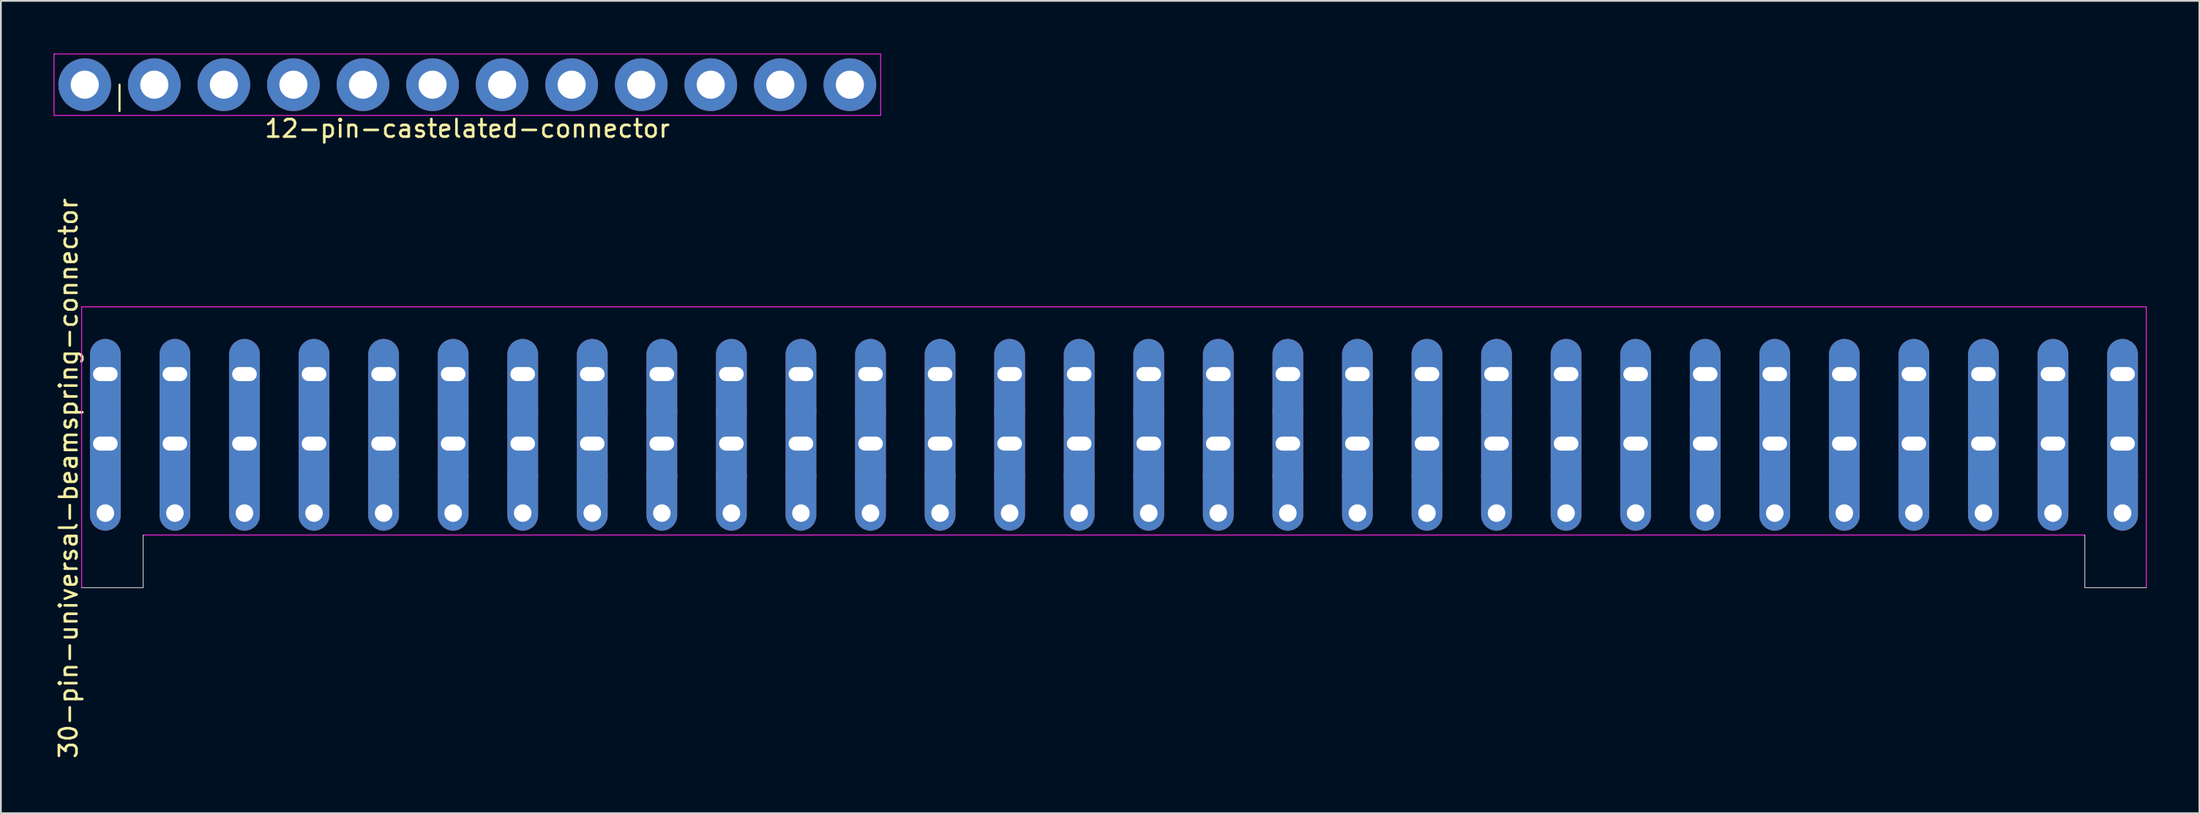
<source format=kicad_pcb>
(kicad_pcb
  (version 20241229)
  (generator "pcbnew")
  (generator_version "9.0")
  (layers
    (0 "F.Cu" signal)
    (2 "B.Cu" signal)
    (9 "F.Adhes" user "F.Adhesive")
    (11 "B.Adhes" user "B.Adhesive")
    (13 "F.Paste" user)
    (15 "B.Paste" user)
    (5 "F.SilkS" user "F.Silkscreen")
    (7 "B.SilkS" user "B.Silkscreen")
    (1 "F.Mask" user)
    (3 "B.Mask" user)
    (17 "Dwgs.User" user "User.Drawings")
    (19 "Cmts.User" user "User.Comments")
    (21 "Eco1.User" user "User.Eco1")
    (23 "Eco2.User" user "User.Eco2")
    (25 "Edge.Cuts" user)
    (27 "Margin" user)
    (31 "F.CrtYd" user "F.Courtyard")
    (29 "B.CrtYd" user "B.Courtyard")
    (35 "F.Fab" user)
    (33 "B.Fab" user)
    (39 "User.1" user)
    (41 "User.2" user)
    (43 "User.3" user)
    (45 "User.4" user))
  (footprint "12-pin-castelated-connector"
    (layer "F.Cu")
    (at 23.555 1.775)
    (property "Reference" "12-pin-castelated-connector" (at 0 2.5 0) (layer "F.SilkS") (effects (font (size 1 1) (thickness 0.15))))
    (attr through_hole)
    (fp_line (start -19.8 0) (end -19.8 1.5) (stroke (width 0.12) (type solid)) (layer "F.SilkS"))
    (fp_line (start -23.53 -1.75) (end 23.53 -1.75) (stroke (width 0.05) (type solid)) (layer "F.CrtYd"))
    (fp_line (start -23.53 1.75) (end -23.53 -1.75) (stroke (width 0.05) (type solid)) (layer "F.CrtYd"))
    (fp_line (start 23.53 -1.75) (end 23.53 1.75) (stroke (width 0.05) (type solid)) (layer "F.CrtYd"))
    (fp_line (start 23.53 1.75) (end -23.53 1.75) (stroke (width 0.05) (type solid)) (layer "F.CrtYd"))
    (pad "1" thru_hole circle (at -21.78 0) (size 3 3) (drill 1.6) (layers "*.Cu" "*.Mask"))
    (pad "2" thru_hole circle (at -17.82 0) (size 3 3) (drill 1.6) (layers "*.Cu" "*.Mask"))
    (pad "3" thru_hole circle (at -13.86 0) (size 3 3) (drill 1.6) (layers "*.Cu" "*.Mask"))
    (pad "4" thru_hole circle (at -9.9 0) (size 3 3) (drill 1.6) (layers "*.Cu" "*.Mask"))
    (pad "5" thru_hole circle (at -5.94 0) (size 3 3) (drill 1.6) (layers "*.Cu" "*.Mask"))
    (pad "6" thru_hole circle (at -1.98 0) (size 3 3) (drill 1.6) (layers "*.Cu" "*.Mask"))
    (pad "7" thru_hole circle (at 1.98 0) (size 3 3) (drill 1.6) (layers "*.Cu" "*.Mask"))
    (pad "8" thru_hole circle (at 5.94 0) (size 3 3) (drill 1.6) (layers "*.Cu" "*.Mask"))
    (pad "9" thru_hole circle (at 9.9 0) (size 3 3) (drill 1.6) (layers "*.Cu" "*.Mask"))
    (pad "10" thru_hole circle (at 13.86 0) (size 3 3) (drill 1.6) (layers "*.Cu" "*.Mask"))
    (pad "11" thru_hole circle (at 17.82 0) (size 3 3) (drill 1.6) (layers "*.Cu" "*.Mask"))
    (pad "12" thru_hole circle (at 21.78 0) (size 3 3) (drill 1.6) (layers "*.Cu" "*.Mask")))
  (footprint "30-pin-universal-beamspring-connector"
    (layer "F.Cu")
    (at 60.368 24.201)
    (property "Reference" "30-pin-universal-beamspring-connector" (at -59.52 0 90) (layer "F.SilkS") (effects (font (size 1 1) (thickness 0.15))))
    (attr through_hole)
    (fp_line (start -58.77 6.23) (end -55.27 6.23) (stroke (width 0.05) (type solid)) (layer "Dwgs.User"))
    (fp_line (start -55.27 6.23) (end -55.27 3.23) (stroke (width 0.05) (type solid)) (layer "Dwgs.User"))
    (fp_line (start 55.27 3.23) (end 55.27 6.23) (stroke (width 0.05) (type solid)) (layer "Dwgs.User"))
    (fp_line (start 55.27 6.23) (end 58.77 6.23) (stroke (width 0.05) (type solid)) (layer "Dwgs.User"))
    (fp_line (start -58.77 -9.77) (end -58.77 6.23) (stroke (width 0.05) (type solid)) (layer "F.CrtYd"))
    (fp_line (start -55.27 3.23) (end 55.27 3.23) (stroke (width 0.05) (type solid)) (layer "F.CrtYd"))
    (fp_line (start 58.77 -9.77) (end -58.77 -9.77) (stroke (width 0.05) (type solid)) (layer "F.CrtYd"))
    (fp_line (start 58.77 6.23) (end 58.77 -9.77) (stroke (width 0.05) (type solid)) (layer "F.CrtYd"))
    (pad "1" thru_hole oval (at -57.42 -5.94) (size 1.75 5) (drill oval 1.4 0.8 (offset 0 0.5)) (layers "*.Cu" "*.Mask"))
    (pad "1" thru_hole oval (at -57.42 -1.98) (size 1.75 5.5) (drill oval 1.4 0.8) (layers "*.Cu" "*.Mask"))
    (pad "1" thru_hole oval (at -57.42 1.98) (size 1.75 4) (drill 1 (offset 0 -1)) (layers "*.Cu" "*.Mask"))
    (pad "2" thru_hole oval (at -53.46 -5.94) (size 1.75 5) (drill oval 1.4 0.8 (offset 0 0.5)) (layers "*.Cu" "*.Mask"))
    (pad "2" thru_hole oval (at -53.46 -1.98) (size 1.75 5.5) (drill oval 1.4 0.8) (layers "*.Cu" "*.Mask"))
    (pad "2" thru_hole oval (at -53.46 1.98) (size 1.75 4) (drill 1 (offset 0 -1)) (layers "*.Cu" "*.Mask"))
    (pad "3" thru_hole oval (at -49.5 -5.94) (size 1.75 5) (drill oval 1.4 0.8 (offset 0 0.5)) (layers "*.Cu" "*.Mask"))
    (pad "3" thru_hole oval (at -49.5 -1.98) (size 1.75 5.5) (drill oval 1.4 0.8) (layers "*.Cu" "*.Mask"))
    (pad "3" thru_hole oval (at -49.5 1.98) (size 1.75 4) (drill 1 (offset 0 -1)) (layers "*.Cu" "*.Mask"))
    (pad "4" thru_hole oval (at -45.54 -5.94) (size 1.75 5) (drill oval 1.4 0.8 (offset 0 0.5)) (layers "*.Cu" "*.Mask"))
    (pad "4" thru_hole oval (at -45.54 -1.98) (size 1.75 5.5) (drill oval 1.4 0.8) (layers "*.Cu" "*.Mask"))
    (pad "4" thru_hole oval (at -45.54 1.98) (size 1.75 4) (drill 1 (offset 0 -1)) (layers "*.Cu" "*.Mask"))
    (pad "5" thru_hole oval (at -41.58 -5.94) (size 1.75 5) (drill oval 1.4 0.8 (offset 0 0.5)) (layers "*.Cu" "*.Mask"))
    (pad "5" thru_hole oval (at -41.58 -1.98) (size 1.75 5.5) (drill oval 1.4 0.8) (layers "*.Cu" "*.Mask"))
    (pad "5" thru_hole oval (at -41.58 1.98) (size 1.75 4) (drill 1 (offset 0 -1)) (layers "*.Cu" "*.Mask"))
    (pad "6" thru_hole oval (at -37.62 -5.94) (size 1.75 5) (drill oval 1.4 0.8 (offset 0 0.5)) (layers "*.Cu" "*.Mask"))
    (pad "6" thru_hole oval (at -37.62 -1.98) (size 1.75 5.5) (drill oval 1.4 0.8) (layers "*.Cu" "*.Mask"))
    (pad "6" thru_hole oval (at -37.62 1.98) (size 1.75 4) (drill 1 (offset 0 -1)) (layers "*.Cu" "*.Mask"))
    (pad "7" thru_hole oval (at -33.66 -5.94) (size 1.75 5) (drill oval 1.4 0.8 (offset 0 0.5)) (layers "*.Cu" "*.Mask"))
    (pad "7" thru_hole oval (at -33.66 -1.98) (size 1.75 5.5) (drill oval 1.4 0.8) (layers "*.Cu" "*.Mask"))
    (pad "7" thru_hole oval (at -33.66 1.98) (size 1.75 4) (drill 1 (offset 0 -1)) (layers "*.Cu" "*.Mask"))
    (pad "8" thru_hole oval (at -29.7 -5.94) (size 1.75 5) (drill oval 1.4 0.8 (offset 0 0.5)) (layers "*.Cu" "*.Mask"))
    (pad "8" thru_hole oval (at -29.7 -1.98) (size 1.75 5.5) (drill oval 1.4 0.8) (layers "*.Cu" "*.Mask"))
    (pad "8" thru_hole oval (at -29.7 1.98) (size 1.75 4) (drill 1 (offset 0 -1)) (layers "*.Cu" "*.Mask"))
    (pad "9" thru_hole oval (at -25.74 -5.94) (size 1.75 5) (drill oval 1.4 0.8 (offset 0 0.5)) (layers "*.Cu" "*.Mask"))
    (pad "9" thru_hole oval (at -25.74 -1.98) (size 1.75 5.5) (drill oval 1.4 0.8) (layers "*.Cu" "*.Mask"))
    (pad "9" thru_hole oval (at -25.74 1.98) (size 1.75 4) (drill 1 (offset 0 -1)) (layers "*.Cu" "*.Mask"))
    (pad "10" thru_hole oval (at -21.78 -5.94) (size 1.75 5) (drill oval 1.4 0.8 (offset 0 0.5)) (layers "*.Cu" "*.Mask"))
    (pad "10" thru_hole oval (at -21.78 -1.98) (size 1.75 5.5) (drill oval 1.4 0.8) (layers "*.Cu" "*.Mask"))
    (pad "10" thru_hole oval (at -21.78 1.98) (size 1.75 4) (drill 1 (offset 0 -1)) (layers "*.Cu" "*.Mask"))
    (pad "11" thru_hole oval (at -17.82 -5.94) (size 1.75 5) (drill oval 1.4 0.8 (offset 0 0.5)) (layers "*.Cu" "*.Mask"))
    (pad "11" thru_hole oval (at -17.82 -1.98) (size 1.75 5.5) (drill oval 1.4 0.8) (layers "*.Cu" "*.Mask"))
    (pad "11" thru_hole oval (at -17.82 1.98) (size 1.75 4) (drill 1 (offset 0 -1)) (layers "*.Cu" "*.Mask"))
    (pad "12" thru_hole oval (at -13.86 -5.94) (size 1.75 5) (drill oval 1.4 0.8 (offset 0 0.5)) (layers "*.Cu" "*.Mask"))
    (pad "12" thru_hole oval (at -13.86 -1.98) (size 1.75 5.5) (drill oval 1.4 0.8) (layers "*.Cu" "*.Mask"))
    (pad "12" thru_hole oval (at -13.86 1.98) (size 1.75 4) (drill 1 (offset 0 -1)) (layers "*.Cu" "*.Mask"))
    (pad "13" thru_hole oval (at -9.9 -5.94) (size 1.75 5) (drill oval 1.4 0.8 (offset 0 0.5)) (layers "*.Cu" "*.Mask"))
    (pad "13" thru_hole oval (at -9.9 -1.98) (size 1.75 5.5) (drill oval 1.4 0.8) (layers "*.Cu" "*.Mask"))
    (pad "13" thru_hole oval (at -9.9 1.98) (size 1.75 4) (drill 1 (offset 0 -1)) (layers "*.Cu" "*.Mask"))
    (pad "14" thru_hole oval (at -5.94 -5.94) (size 1.75 5) (drill oval 1.4 0.8 (offset 0 0.5)) (layers "*.Cu" "*.Mask"))
    (pad "14" thru_hole oval (at -5.94 -1.98) (size 1.75 5.5) (drill oval 1.4 0.8) (layers "*.Cu" "*.Mask"))
    (pad "14" thru_hole oval (at -5.94 1.98) (size 1.75 4) (drill 1 (offset 0 -1)) (layers "*.Cu" "*.Mask"))
    (pad "15" thru_hole oval (at -1.98 -5.94) (size 1.75 5) (drill oval 1.4 0.8 (offset 0 0.5)) (layers "*.Cu" "*.Mask"))
    (pad "15" thru_hole oval (at -1.98 -1.98) (size 1.75 5.5) (drill oval 1.4 0.8) (layers "*.Cu" "*.Mask"))
    (pad "15" thru_hole oval (at -1.98 1.98) (size 1.75 4) (drill 1 (offset 0 -1)) (layers "*.Cu" "*.Mask"))
    (pad "16" thru_hole oval (at 1.98 -5.94) (size 1.75 5) (drill oval 1.4 0.8 (offset 0 0.5)) (layers "*.Cu" "*.Mask"))
    (pad "16" thru_hole oval (at 1.98 -1.98) (size 1.75 5.5) (drill oval 1.4 0.8) (layers "*.Cu" "*.Mask"))
    (pad "16" thru_hole oval (at 1.98 1.98) (size 1.75 4) (drill 1 (offset 0 -1)) (layers "*.Cu" "*.Mask"))
    (pad "17" thru_hole oval (at 5.94 -5.94) (size 1.75 5) (drill oval 1.4 0.8 (offset 0 0.5)) (layers "*.Cu" "*.Mask"))
    (pad "17" thru_hole oval (at 5.94 -1.98) (size 1.75 5.5) (drill oval 1.4 0.8) (layers "*.Cu" "*.Mask"))
    (pad "17" thru_hole oval (at 5.94 1.98) (size 1.75 4) (drill 1 (offset 0 -1)) (layers "*.Cu" "*.Mask"))
    (pad "18" thru_hole oval (at 9.9 -5.94) (size 1.75 5) (drill oval 1.4 0.8 (offset 0 0.5)) (layers "*.Cu" "*.Mask"))
    (pad "18" thru_hole oval (at 9.9 -1.98) (size 1.75 5.5) (drill oval 1.4 0.8) (layers "*.Cu" "*.Mask"))
    (pad "18" thru_hole oval (at 9.9 1.98) (size 1.75 4) (drill 1 (offset 0 -1)) (layers "*.Cu" "*.Mask"))
    (pad "19" thru_hole oval (at 13.86 -5.94) (size 1.75 5) (drill oval 1.4 0.8 (offset 0 0.5)) (layers "*.Cu" "*.Mask"))
    (pad "19" thru_hole oval (at 13.86 -1.98) (size 1.75 5.5) (drill oval 1.4 0.8) (layers "*.Cu" "*.Mask"))
    (pad "19" thru_hole oval (at 13.86 1.98) (size 1.75 4) (drill 1 (offset 0 -1)) (layers "*.Cu" "*.Mask"))
    (pad "20" thru_hole oval (at 17.82 -5.94) (size 1.75 5) (drill oval 1.4 0.8 (offset 0 0.5)) (layers "*.Cu" "*.Mask"))
    (pad "20" thru_hole oval (at 17.82 -1.98) (size 1.75 5.5) (drill oval 1.4 0.8) (layers "*.Cu" "*.Mask"))
    (pad "20" thru_hole oval (at 17.82 1.98) (size 1.75 4) (drill 1 (offset 0 -1)) (layers "*.Cu" "*.Mask"))
    (pad "21" thru_hole oval (at 21.78 -5.94) (size 1.75 5) (drill oval 1.4 0.8 (offset 0 0.5)) (layers "*.Cu" "*.Mask"))
    (pad "21" thru_hole oval (at 21.78 -1.98) (size 1.75 5.5) (drill oval 1.4 0.8) (layers "*.Cu" "*.Mask"))
    (pad "21" thru_hole oval (at 21.78 1.98) (size 1.75 4) (drill 1 (offset 0 -1)) (layers "*.Cu" "*.Mask"))
    (pad "22" thru_hole oval (at 25.74 -5.94) (size 1.75 5) (drill oval 1.4 0.8 (offset 0 0.5)) (layers "*.Cu" "*.Mask"))
    (pad "22" thru_hole oval (at 25.74 -1.98) (size 1.75 5.5) (drill oval 1.4 0.8) (layers "*.Cu" "*.Mask"))
    (pad "22" thru_hole oval (at 25.74 1.98) (size 1.75 4) (drill 1 (offset 0 -1)) (layers "*.Cu" "*.Mask"))
    (pad "23" thru_hole oval (at 29.7 -5.94) (size 1.75 5) (drill oval 1.4 0.8 (offset 0 0.5)) (layers "*.Cu" "*.Mask"))
    (pad "23" thru_hole oval (at 29.7 -1.98) (size 1.75 5.5) (drill oval 1.4 0.8) (layers "*.Cu" "*.Mask"))
    (pad "23" thru_hole oval (at 29.7 1.98) (size 1.75 4) (drill 1 (offset 0 -1)) (layers "*.Cu" "*.Mask"))
    (pad "24" thru_hole oval (at 33.66 -5.94) (size 1.75 5) (drill oval 1.4 0.8 (offset 0 0.5)) (layers "*.Cu" "*.Mask"))
    (pad "24" thru_hole oval (at 33.66 -1.98) (size 1.75 5.5) (drill oval 1.4 0.8) (layers "*.Cu" "*.Mask"))
    (pad "24" thru_hole oval (at 33.66 1.98) (size 1.75 4) (drill 1 (offset 0 -1)) (layers "*.Cu" "*.Mask"))
    (pad "25" thru_hole oval (at 37.62 -5.94) (size 1.75 5) (drill oval 1.4 0.8 (offset 0 0.5)) (layers "*.Cu" "*.Mask"))
    (pad "25" thru_hole oval (at 37.62 -1.98) (size 1.75 5.5) (drill oval 1.4 0.8) (layers "*.Cu" "*.Mask"))
    (pad "25" thru_hole oval (at 37.62 1.98) (size 1.75 4) (drill 1 (offset 0 -1)) (layers "*.Cu" "*.Mask"))
    (pad "26" thru_hole oval (at 41.58 -5.94) (size 1.75 5) (drill oval 1.4 0.8 (offset 0 0.5)) (layers "*.Cu" "*.Mask"))
    (pad "26" thru_hole oval (at 41.58 -1.98) (size 1.75 5.5) (drill oval 1.4 0.8) (layers "*.Cu" "*.Mask"))
    (pad "26" thru_hole oval (at 41.58 1.98) (size 1.75 4) (drill 1 (offset 0 -1)) (layers "*.Cu" "*.Mask"))
    (pad "27" thru_hole oval (at 45.54 -5.94) (size 1.75 5) (drill oval 1.4 0.8 (offset 0 0.5)) (layers "*.Cu" "*.Mask"))
    (pad "27" thru_hole oval (at 45.54 -1.98) (size 1.75 5.5) (drill oval 1.4 0.8) (layers "*.Cu" "*.Mask"))
    (pad "27" thru_hole oval (at 45.54 1.98) (size 1.75 4) (drill 1 (offset 0 -1)) (layers "*.Cu" "*.Mask"))
    (pad "28" thru_hole oval (at 49.5 -5.94) (size 1.75 5) (drill oval 1.4 0.8 (offset 0 0.5)) (layers "*.Cu" "*.Mask"))
    (pad "28" thru_hole oval (at 49.5 -1.98) (size 1.75 5.5) (drill oval 1.4 0.8) (layers "*.Cu" "*.Mask"))
    (pad "28" thru_hole oval (at 49.5 1.98) (size 1.75 4) (drill 1 (offset 0 -1)) (layers "*.Cu" "*.Mask"))
    (pad "29" thru_hole oval (at 53.46 -5.94) (size 1.75 5) (drill oval 1.4 0.8 (offset 0 0.5)) (layers "*.Cu" "*.Mask"))
    (pad "29" thru_hole oval (at 53.46 -1.98) (size 1.75 5.5) (drill oval 1.4 0.8) (layers "*.Cu" "*.Mask"))
    (pad "29" thru_hole oval (at 53.46 1.98) (size 1.75 4) (drill 1 (offset 0 -1)) (layers "*.Cu" "*.Mask"))
    (pad "30" thru_hole oval (at 57.42 -5.94) (size 1.75 5) (drill oval 1.4 0.8 (offset 0 0.5)) (layers "*.Cu" "*.Mask"))
    (pad "30" thru_hole oval (at 57.42 -1.98) (size 1.75 5.5) (drill oval 1.4 0.8) (layers "*.Cu" "*.Mask"))
    (pad "30" thru_hole oval (at 57.42 1.98) (size 1.75 4) (drill 1 (offset 0 -1)) (layers "*.Cu" "*.Mask")))
  (gr_rect
    (start -3 -3)
    (end 122.163 43.278)
    (stroke (width 0.1) (type default))
    (fill no)
    (layer "Edge.Cuts")))
</source>
